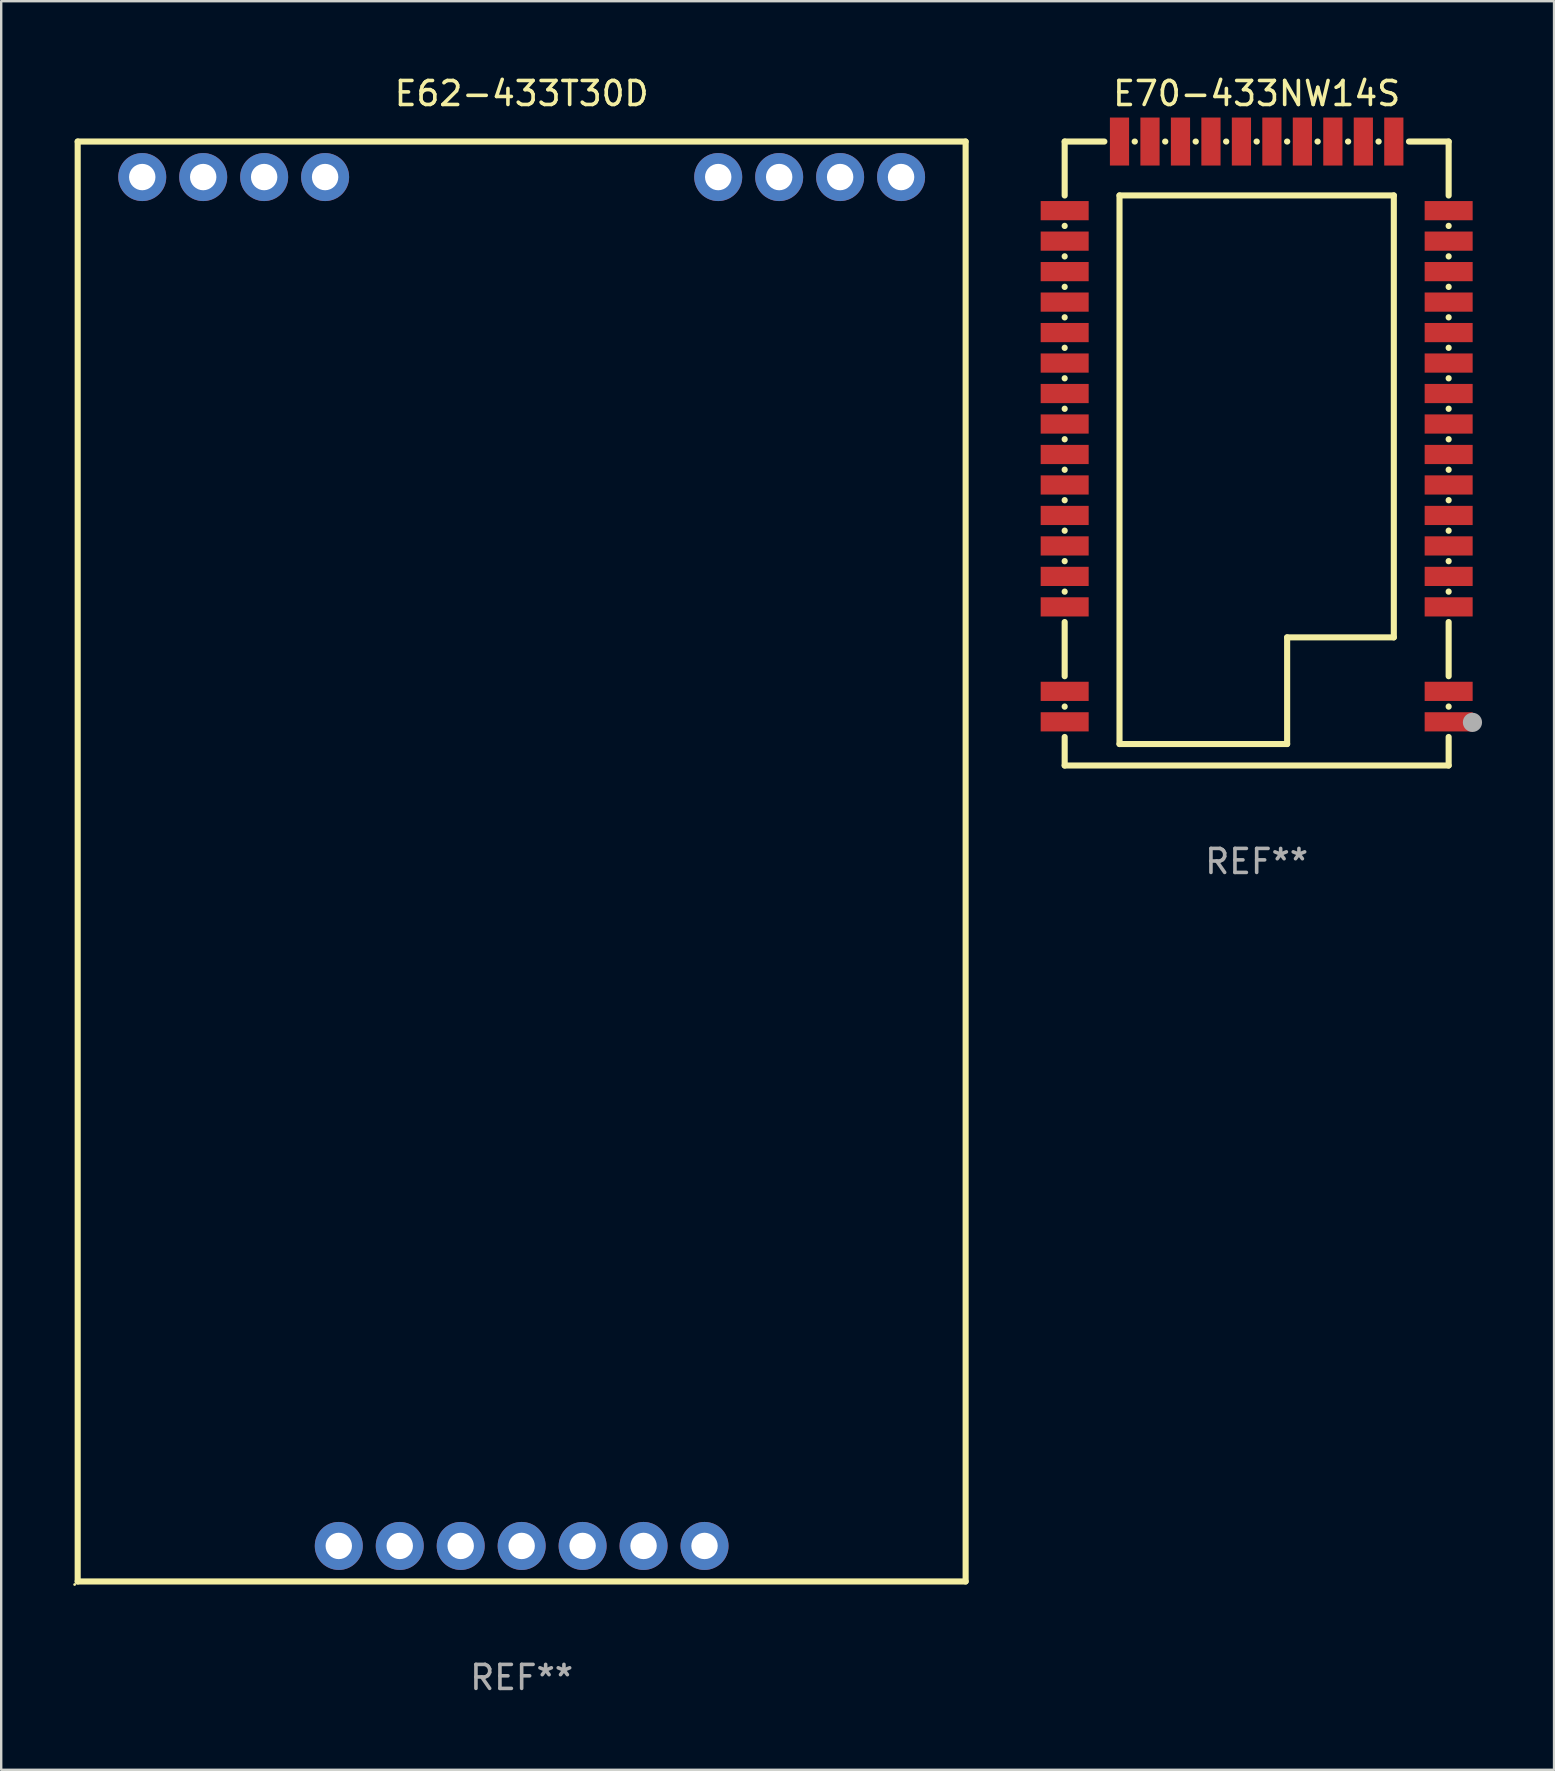
<source format=kicad_pcb>
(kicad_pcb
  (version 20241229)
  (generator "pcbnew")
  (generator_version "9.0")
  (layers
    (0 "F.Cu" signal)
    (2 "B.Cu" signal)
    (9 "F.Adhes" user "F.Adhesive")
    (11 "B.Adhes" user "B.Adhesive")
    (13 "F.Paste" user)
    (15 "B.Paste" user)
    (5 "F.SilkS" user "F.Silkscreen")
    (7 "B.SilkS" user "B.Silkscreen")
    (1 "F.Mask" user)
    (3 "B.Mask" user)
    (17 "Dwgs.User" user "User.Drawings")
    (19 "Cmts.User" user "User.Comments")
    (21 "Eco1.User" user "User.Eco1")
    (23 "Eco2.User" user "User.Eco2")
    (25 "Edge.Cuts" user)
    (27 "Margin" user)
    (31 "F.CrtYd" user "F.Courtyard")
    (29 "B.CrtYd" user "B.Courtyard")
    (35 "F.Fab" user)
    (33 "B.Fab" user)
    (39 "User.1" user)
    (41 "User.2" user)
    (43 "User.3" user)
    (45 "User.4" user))
  (footprint "E70-433NW14S"
    (layer "F.Cu")
    (at 49.314 15.848)
    (property "Reference" "E70-433NW14S" (at 0 -15 0) (layer "F.SilkS") (effects (font (size 1 1) (thickness 0.15))))
    (attr through_hole)
    (fp_line (start -8 -13) (end -6.346 -13) (stroke (width 0.254) (type solid)) (layer "F.SilkS"))
    (fp_line (start -8 -10.751) (end -8 -13) (stroke (width 0.254) (type solid)) (layer "F.SilkS"))
    (fp_line (start -8 -9.481) (end -8 -9.489) (stroke (width 0.254) (type solid)) (layer "F.SilkS"))
    (fp_line (start -8 -8.211) (end -8 -8.219) (stroke (width 0.254) (type solid)) (layer "F.SilkS"))
    (fp_line (start -8 -6.941) (end -8 -6.949) (stroke (width 0.254) (type solid)) (layer "F.SilkS"))
    (fp_line (start -8 -5.671) (end -8 -5.679) (stroke (width 0.254) (type solid)) (layer "F.SilkS"))
    (fp_line (start -8 -4.401) (end -8 -4.409) (stroke (width 0.254) (type solid)) (layer "F.SilkS"))
    (fp_line (start -8 -3.131) (end -8 -3.139) (stroke (width 0.254) (type solid)) (layer "F.SilkS"))
    (fp_line (start -8 -1.861) (end -8 -1.869) (stroke (width 0.254) (type solid)) (layer "F.SilkS"))
    (fp_line (start -8 -0.591) (end -8 -0.599) (stroke (width 0.254) (type solid)) (layer "F.SilkS"))
    (fp_line (start -8 0.679) (end -8 0.671) (stroke (width 0.254) (type solid)) (layer "F.SilkS"))
    (fp_line (start -8 1.949) (end -8 1.941) (stroke (width 0.254) (type solid)) (layer "F.SilkS"))
    (fp_line (start -8 3.219) (end -8 3.211) (stroke (width 0.254) (type solid)) (layer "F.SilkS"))
    (fp_line (start -8 4.489) (end -8 4.481) (stroke (width 0.254) (type solid)) (layer "F.SilkS"))
    (fp_line (start -8 5.759) (end -8 5.751) (stroke (width 0.254) (type solid)) (layer "F.SilkS"))
    (fp_line (start -8 9.279) (end -8 7.021) (stroke (width 0.254) (type solid)) (layer "F.SilkS"))
    (fp_line (start -8 10.549) (end -8 10.541) (stroke (width 0.254) (type solid)) (layer "F.SilkS"))
    (fp_line (start -8 13) (end -8 11.811) (stroke (width 0.254) (type solid)) (layer "F.SilkS"))
    (fp_line (start -8 13) (end 8 13) (stroke (width 0.254) (type solid)) (layer "F.SilkS"))
    (fp_line (start -5.715 -10.755) (end 5.715 -10.755) (stroke (width 0.254) (type solid)) (layer "F.SilkS"))
    (fp_line (start -5.715 12.105) (end -5.715 -10.755) (stroke (width 0.254) (type solid)) (layer "F.SilkS"))
    (fp_line (start -5.084 -13) (end -5.076 -13) (stroke (width 0.254) (type solid)) (layer "F.SilkS"))
    (fp_line (start -3.814 -13) (end -3.806 -13) (stroke (width 0.254) (type solid)) (layer "F.SilkS"))
    (fp_line (start -2.544 -13) (end -2.536 -13) (stroke (width 0.254) (type solid)) (layer "F.SilkS"))
    (fp_line (start -1.274 -13) (end -1.266 -13) (stroke (width 0.254) (type solid)) (layer "F.SilkS"))
    (fp_line (start -0.004 -13) (end 0.004 -13) (stroke (width 0.254) (type solid)) (layer "F.SilkS"))
    (fp_line (start 1.266 -13) (end 1.274 -13) (stroke (width 0.254) (type solid)) (layer "F.SilkS"))
    (fp_line (start 1.27 7.66) (end 1.27 12.105) (stroke (width 0.254) (type solid)) (layer "F.SilkS"))
    (fp_line (start 1.27 12.105) (end -5.715 12.105) (stroke (width 0.254) (type solid)) (layer "F.SilkS"))
    (fp_line (start 2.536 -13) (end 2.544 -13) (stroke (width 0.254) (type solid)) (layer "F.SilkS"))
    (fp_line (start 3.806 -13) (end 3.814 -13) (stroke (width 0.254) (type solid)) (layer "F.SilkS"))
    (fp_line (start 5.076 -13) (end 5.084 -13) (stroke (width 0.254) (type solid)) (layer "F.SilkS"))
    (fp_line (start 5.715 -10.755) (end 5.715 7.66) (stroke (width 0.254) (type solid)) (layer "F.SilkS"))
    (fp_line (start 5.715 7.66) (end 1.27 7.66) (stroke (width 0.254) (type solid)) (layer "F.SilkS"))
    (fp_line (start 6.346 -13) (end 8 -13) (stroke (width 0.254) (type solid)) (layer "F.SilkS"))
    (fp_line (start 8 -10.751) (end 8 -13) (stroke (width 0.254) (type solid)) (layer "F.SilkS"))
    (fp_line (start 8 -9.481) (end 8 -9.489) (stroke (width 0.254) (type solid)) (layer "F.SilkS"))
    (fp_line (start 8 -8.211) (end 8 -8.219) (stroke (width 0.254) (type solid)) (layer "F.SilkS"))
    (fp_line (start 8 -6.941) (end 8 -6.949) (stroke (width 0.254) (type solid)) (layer "F.SilkS"))
    (fp_line (start 8 -5.671) (end 8 -5.679) (stroke (width 0.254) (type solid)) (layer "F.SilkS"))
    (fp_line (start 8 -4.401) (end 8 -4.409) (stroke (width 0.254) (type solid)) (layer "F.SilkS"))
    (fp_line (start 8 -3.131) (end 8 -3.139) (stroke (width 0.254) (type solid)) (layer "F.SilkS"))
    (fp_line (start 8 -1.861) (end 8 -1.869) (stroke (width 0.254) (type solid)) (layer "F.SilkS"))
    (fp_line (start 8 -0.591) (end 8 -0.599) (stroke (width 0.254) (type solid)) (layer "F.SilkS"))
    (fp_line (start 8 0.679) (end 8 0.671) (stroke (width 0.254) (type solid)) (layer "F.SilkS"))
    (fp_line (start 8 1.949) (end 8 1.941) (stroke (width 0.254) (type solid)) (layer "F.SilkS"))
    (fp_line (start 8 3.219) (end 8 3.211) (stroke (width 0.254) (type solid)) (layer "F.SilkS"))
    (fp_line (start 8 4.489) (end 8 4.481) (stroke (width 0.254) (type solid)) (layer "F.SilkS"))
    (fp_line (start 8 5.759) (end 8 5.751) (stroke (width 0.254) (type solid)) (layer "F.SilkS"))
    (fp_line (start 8 9.279) (end 8 7.021) (stroke (width 0.254) (type solid)) (layer "F.SilkS"))
    (fp_line (start 8 10.549) (end 8 10.541) (stroke (width 0.254) (type solid)) (layer "F.SilkS"))
    (fp_line (start 8 13) (end 8 11.811) (stroke (width 0.254) (type solid)) (layer "F.SilkS"))
    (fp_circle (center 8 13.004) (end 8.03 13.004) (stroke (width 0.06) (type solid)) (fill no) (layer "F.SilkS"))
    (fp_circle (center 8.992 11.202) (end 9.192 11.202) (stroke (width 0.4) (type solid)) (fill no) (layer "F.Fab"))
    (fp_text user "REF**" (at 0 17 0) (layer "F.Fab") (effects (font (size 1 1) (thickness 0.15))))
    (pad "1" smd rect (at 8 11.18) (size 2 0.8) (layers "F.Cu" "F.Mask" "F.Paste"))
    (pad "2" smd rect (at 8 9.91) (size 2 0.8) (layers "F.Cu" "F.Mask" "F.Paste"))
    (pad "3" smd rect (at 8 6.39) (size 2 0.8) (layers "F.Cu" "F.Mask" "F.Paste"))
    (pad "4" smd rect (at 8 5.12) (size 2 0.8) (layers "F.Cu" "F.Mask" "F.Paste"))
    (pad "5" smd rect (at 8 3.85) (size 2 0.8) (layers "F.Cu" "F.Mask" "F.Paste"))
    (pad "6" smd rect (at 8 2.58) (size 2 0.8) (layers "F.Cu" "F.Mask" "F.Paste"))
    (pad "7" smd rect (at 8 1.31) (size 2 0.8) (layers "F.Cu" "F.Mask" "F.Paste"))
    (pad "8" smd rect (at 8 0.04) (size 2 0.8) (layers "F.Cu" "F.Mask" "F.Paste"))
    (pad "9" smd rect (at 8 -1.23) (size 2 0.8) (layers "F.Cu" "F.Mask" "F.Paste"))
    (pad "10" smd rect (at 8 -2.5) (size 2 0.8) (layers "F.Cu" "F.Mask" "F.Paste"))
    (pad "11" smd rect (at 8 -3.77) (size 2 0.8) (layers "F.Cu" "F.Mask" "F.Paste"))
    (pad "12" smd rect (at 8 -5.04) (size 2 0.8) (layers "F.Cu" "F.Mask" "F.Paste"))
    (pad "13" smd rect (at 8 -6.31) (size 2 0.8) (layers "F.Cu" "F.Mask" "F.Paste"))
    (pad "14" smd rect (at 8 -7.58) (size 2 0.8) (layers "F.Cu" "F.Mask" "F.Paste"))
    (pad "15" smd rect (at 8 -8.85) (size 2 0.8) (layers "F.Cu" "F.Mask" "F.Paste"))
    (pad "16" smd rect (at 8 -10.12) (size 2 0.8) (layers "F.Cu" "F.Mask" "F.Paste"))
    (pad "17" smd rect (at 5.715 -13 90) (size 2 0.8) (layers "F.Cu" "F.Mask" "F.Paste"))
    (pad "18" smd rect (at 4.445 -13 90) (size 2 0.8) (layers "F.Cu" "F.Mask" "F.Paste"))
    (pad "19" smd rect (at 3.175 -13 90) (size 2 0.8) (layers "F.Cu" "F.Mask" "F.Paste"))
    (pad "20" smd rect (at 1.905 -13 90) (size 2 0.8) (layers "F.Cu" "F.Mask" "F.Paste"))
    (pad "21" smd rect (at 0.635 -13 90) (size 2 0.8) (layers "F.Cu" "F.Mask" "F.Paste"))
    (pad "22" smd rect (at -0.635 -13 90) (size 2 0.8) (layers "F.Cu" "F.Mask" "F.Paste"))
    (pad "23" smd rect (at -1.905 -13 90) (size 2 0.8) (layers "F.Cu" "F.Mask" "F.Paste"))
    (pad "24" smd rect (at -3.175 -13 90) (size 2 0.8) (layers "F.Cu" "F.Mask" "F.Paste"))
    (pad "25" smd rect (at -4.445 -13 90) (size 2 0.8) (layers "F.Cu" "F.Mask" "F.Paste"))
    (pad "26" smd rect (at -5.715 -13 90) (size 2 0.8) (layers "F.Cu" "F.Mask" "F.Paste"))
    (pad "27" smd rect (at -8 -10.12 180) (size 2 0.8) (layers "F.Cu" "F.Mask" "F.Paste"))
    (pad "28" smd rect (at -8 -8.85 180) (size 2 0.8) (layers "F.Cu" "F.Mask" "F.Paste"))
    (pad "29" smd rect (at -8 -7.58 180) (size 2 0.8) (layers "F.Cu" "F.Mask" "F.Paste"))
    (pad "30" smd rect (at -8 -6.31 180) (size 2 0.8) (layers "F.Cu" "F.Mask" "F.Paste"))
    (pad "31" smd rect (at -8 -5.04 180) (size 2 0.8) (layers "F.Cu" "F.Mask" "F.Paste"))
    (pad "32" smd rect (at -8 -3.77 180) (size 2 0.8) (layers "F.Cu" "F.Mask" "F.Paste"))
    (pad "33" smd rect (at -8 -2.5 180) (size 2 0.8) (layers "F.Cu" "F.Mask" "F.Paste"))
    (pad "34" smd rect (at -8 -1.23 180) (size 2 0.8) (layers "F.Cu" "F.Mask" "F.Paste"))
    (pad "35" smd rect (at -8 0.04 180) (size 2 0.8) (layers "F.Cu" "F.Mask" "F.Paste"))
    (pad "36" smd rect (at -8 1.31 180) (size 2 0.8) (layers "F.Cu" "F.Mask" "F.Paste"))
    (pad "37" smd rect (at -8 2.58 180) (size 2 0.8) (layers "F.Cu" "F.Mask" "F.Paste"))
    (pad "38" smd rect (at -8 3.85 180) (size 2 0.8) (layers "F.Cu" "F.Mask" "F.Paste"))
    (pad "39" smd rect (at -8 5.12 180) (size 2 0.8) (layers "F.Cu" "F.Mask" "F.Paste"))
    (pad "40" smd rect (at -8 6.39 180) (size 2 0.8) (layers "F.Cu" "F.Mask" "F.Paste"))
    (pad "41" smd rect (at -8 9.91 180) (size 2 0.8) (layers "F.Cu" "F.Mask" "F.Paste"))
    (pad "42" smd rect (at -8 11.18 180) (size 2 0.8) (layers "F.Cu" "F.Mask" "F.Paste")))
  (footprint "E62-433T30D"
    (layer "F.Cu")
    (at 18.687 32.848)
    (property "Reference" "E62-433T30D" (at 0 -32 0) (layer "F.SilkS") (effects (font (size 1 1) (thickness 0.15))))
    (attr through_hole)
    (fp_line (start -18.5 -30) (end -18.5 30) (stroke (width 0.254) (type solid)) (layer "F.SilkS"))
    (fp_line (start -18.5 -30) (end 18.5 -30) (stroke (width 0.254) (type solid)) (layer "F.SilkS"))
    (fp_line (start -18.5 30) (end 18.5 30) (stroke (width 0.254) (type solid)) (layer "F.SilkS"))
    (fp_line (start 18.5 -30) (end 18.5 30) (stroke (width 0.254) (type solid)) (layer "F.SilkS"))
    (fp_circle (center -18.627 30.127) (end -18.597 30.127) (stroke (width 0.06) (type solid)) (fill no) (layer "F.SilkS"))
    (fp_text user "REF**" (at 0 34 0) (layer "F.Fab") (effects (font (size 1 1) (thickness 0.15))))
    (pad "1" thru_hole circle (at -7.62 28.52) (size 2 2) (drill 1.1) (layers "*.Cu" "*.Mask"))
    (pad "2" thru_hole circle (at -5.08 28.52) (size 2 2) (drill 1.1) (layers "*.Cu" "*.Mask"))
    (pad "3" thru_hole circle (at -2.54 28.52) (size 2 2) (drill 1.1) (layers "*.Cu" "*.Mask"))
    (pad "4" thru_hole circle (at 0 28.52) (size 2 2) (drill 1.1) (layers "*.Cu" "*.Mask"))
    (pad "5" thru_hole circle (at 2.54 28.52) (size 2 2) (drill 1.1) (layers "*.Cu" "*.Mask"))
    (pad "6" thru_hole circle (at 5.08 28.52) (size 2 2) (drill 1.1) (layers "*.Cu" "*.Mask"))
    (pad "7" thru_hole circle (at 7.62 28.52) (size 2 2) (drill 1.1) (layers "*.Cu" "*.Mask"))
    (pad "8" thru_hole circle (at 15.81 -28.52) (size 2 2) (drill 1.1) (layers "*.Cu" "*.Mask"))
    (pad "9" thru_hole circle (at 13.27 -28.52) (size 2 2) (drill 1.1) (layers "*.Cu" "*.Mask"))
    (pad "10" thru_hole circle (at 10.73 -28.52) (size 2 2) (drill 1.1) (layers "*.Cu" "*.Mask"))
    (pad "11" thru_hole circle (at 8.19 -28.52) (size 2 2) (drill 1.1) (layers "*.Cu" "*.Mask"))
    (pad "12" thru_hole circle (at -8.19 -28.52) (size 2 2) (drill 1.1) (layers "*.Cu" "*.Mask"))
    (pad "13" thru_hole circle (at -10.73 -28.52) (size 2 2) (drill 1.1) (layers "*.Cu" "*.Mask"))
    (pad "14" thru_hole circle (at -13.27 -28.52) (size 2 2) (drill 1.1) (layers "*.Cu" "*.Mask"))
    (pad "15" thru_hole circle (at -15.81 -28.52) (size 2 2) (drill 1.1) (layers "*.Cu" "*.Mask")))
  (gr_rect
    (start -3 -3)
    (end 61.706 70.697)
    (stroke (width 0.1) (type default))
    (fill no)
    (layer "Edge.Cuts")))
</source>
